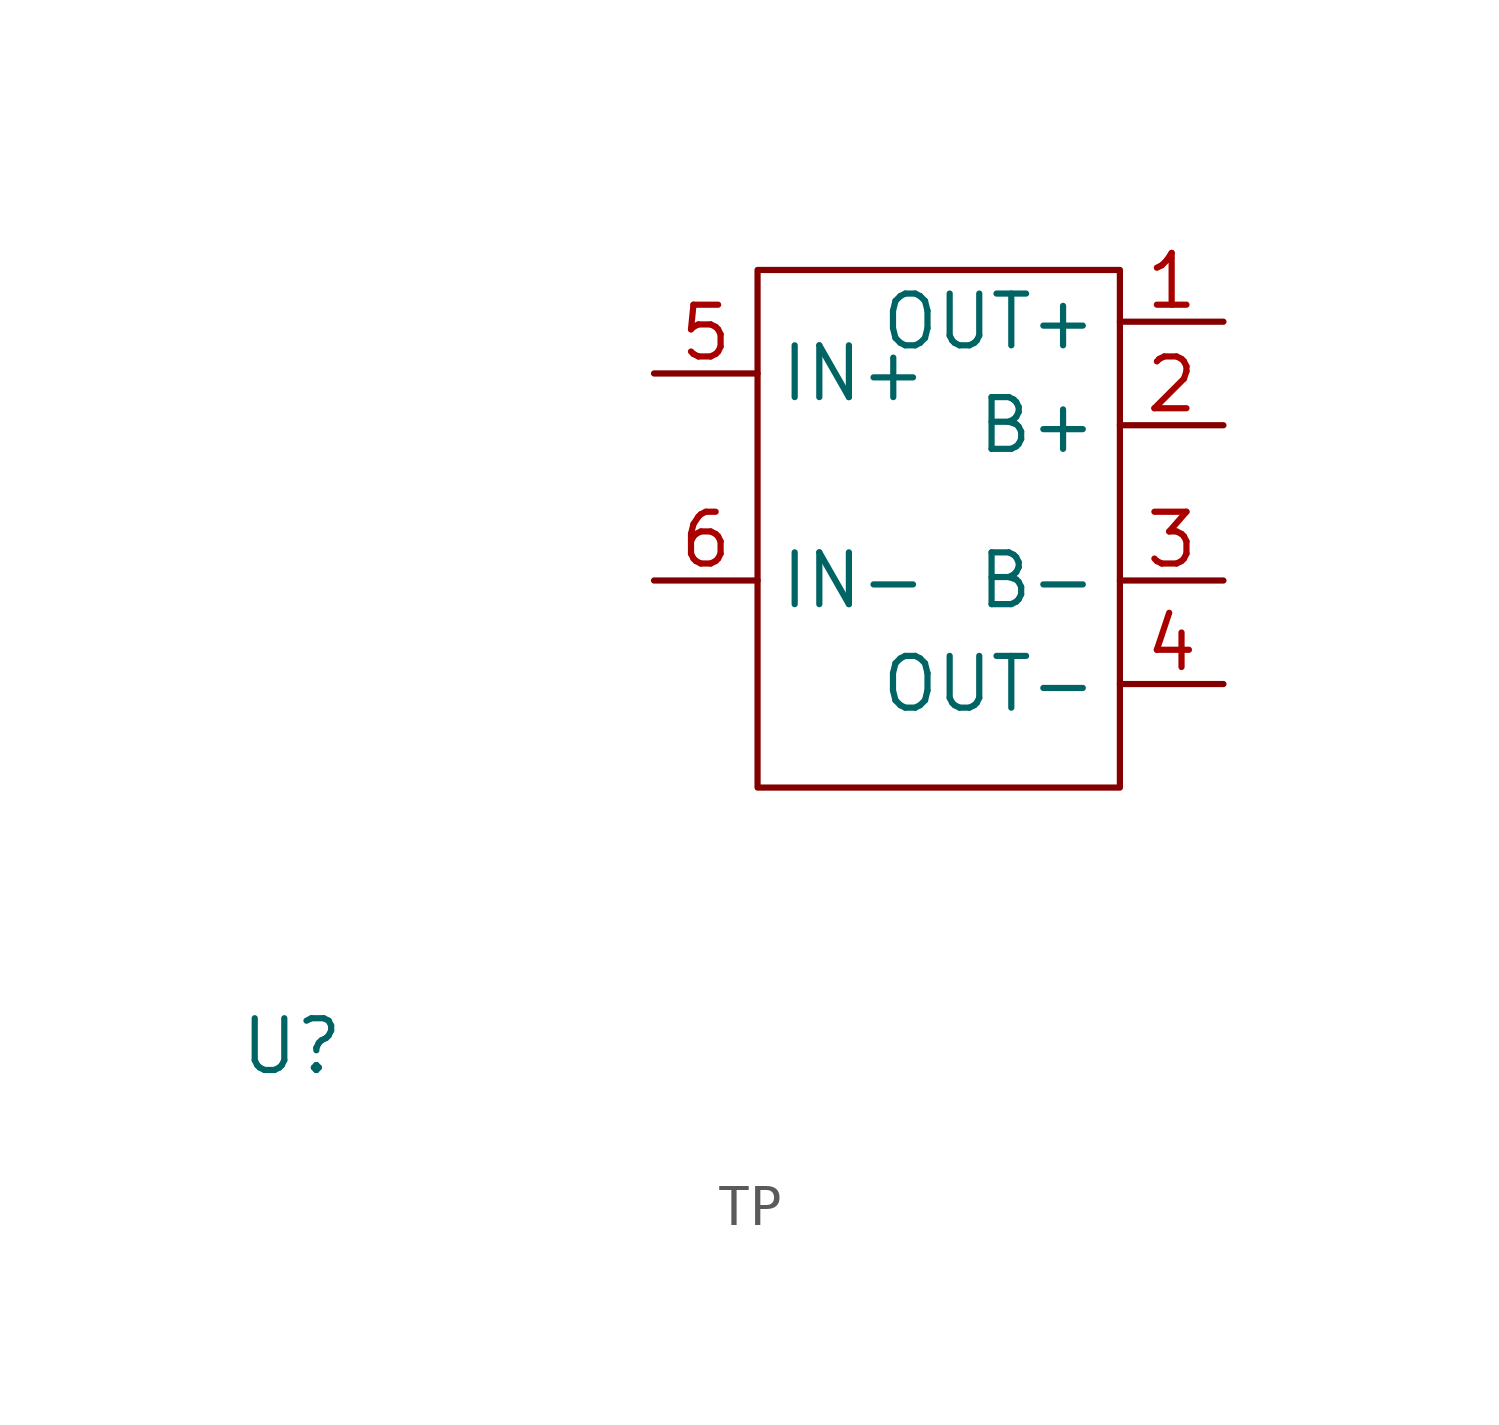
<source format=kicad_sym>
(kicad_symbol_lib
  (version 20231120)
  (generator "kicad_symbol_editor")
  (generator_version "8.0")
  (symbol "TP"
    (property "Reference" "U"
      (at -11.43 -6.35 0)
      (effects (font (size 1.27 1.27))))
    (property "Value" ""
      (at 0 0 0)
      (effects (font (size 1.27 1.27))))
    (symbol "TP_0_1"
      (rectangle (start 0 0) (end 8.89 12.7) (stroke (width 0) (type default)) (fill (type none))))
    (symbol "TP_1_1"
      (pin input line (at 11.43 11.43 180) (length 2.54) (name "OUT+" (effects (font (size 1.27 1.27)))) (number "1" (effects (font (size 1.27 1.27)))))
      (pin input line (at 11.43 8.89 180) (length 2.54) (name "B+" (effects (font (size 1.27 1.27)))) (number "2" (effects (font (size 1.27 1.27)))))
      (pin input line (at 11.43 5.08 180) (length 2.54) (name "B-" (effects (font (size 1.27 1.27)))) (number "3" (effects (font (size 1.27 1.27)))))
      (pin input line (at 11.43 2.54 180) (length 2.54) (name "OUT-" (effects (font (size 1.27 1.27)))) (number "4" (effects (font (size 1.27 1.27)))))
      (pin input line (at -2.54 10.16 0) (length 2.54) (name "IN+" (effects (font (size 1.27 1.27)))) (number "5" (effects (font (size 1.27 1.27)))))
      (pin input line (at -2.54 5.08 0) (length 2.54) (name "IN-" (effects (font (size 1.27 1.27)))) (number "6" (effects (font (size 1.27 1.27))))))))
</source>
